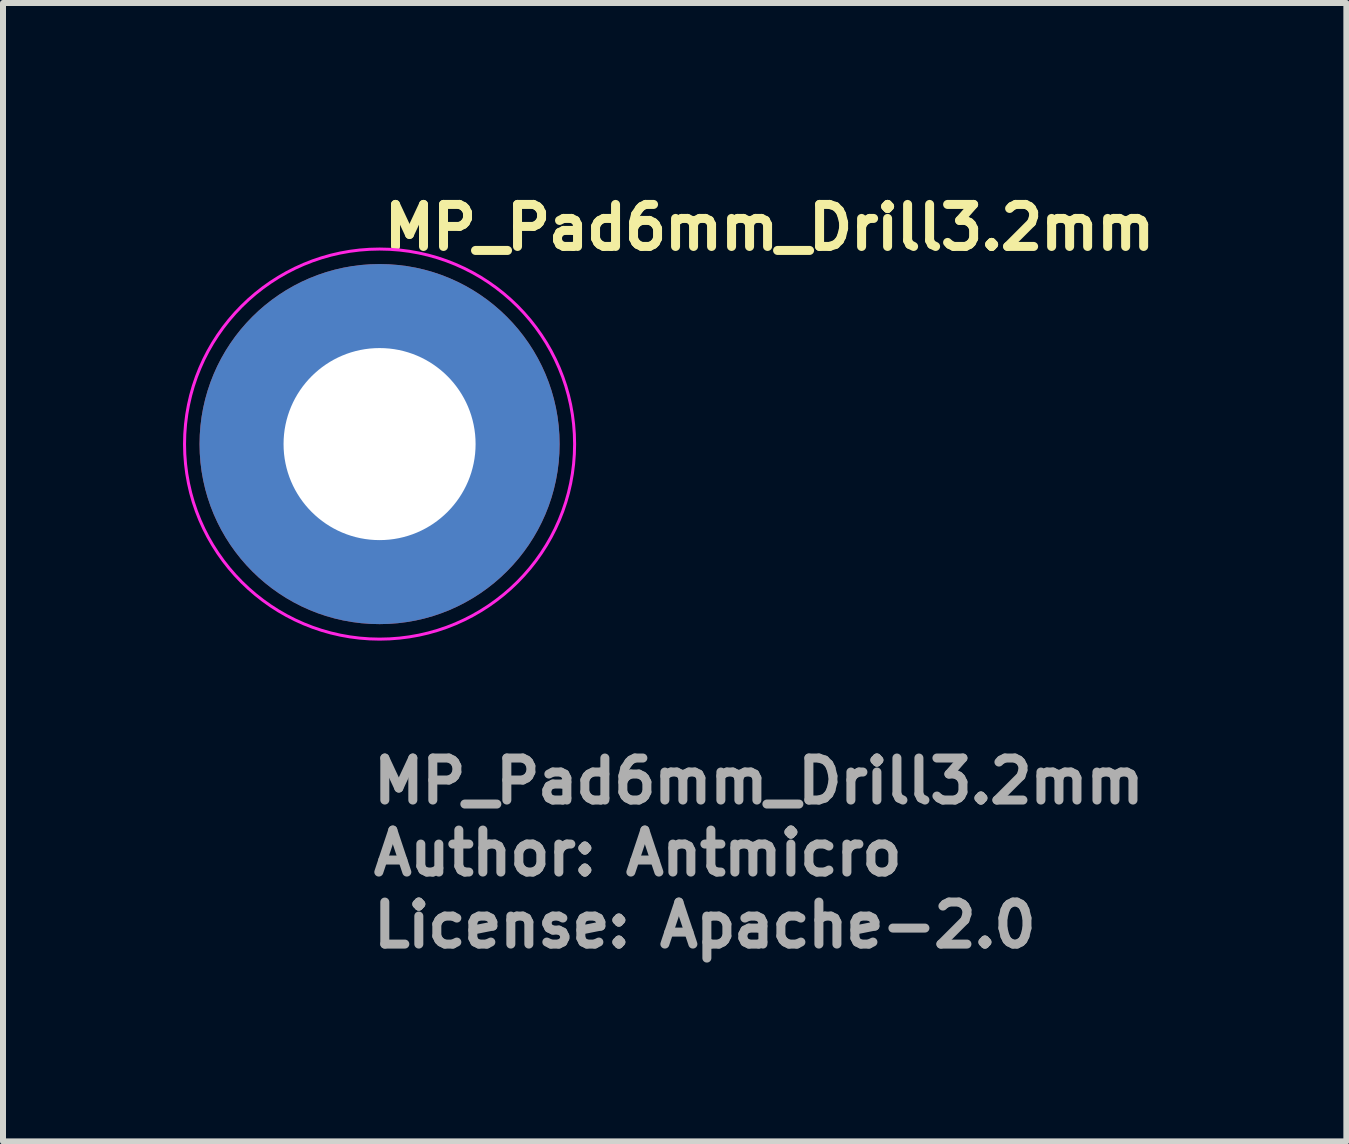
<source format=kicad_pcb>
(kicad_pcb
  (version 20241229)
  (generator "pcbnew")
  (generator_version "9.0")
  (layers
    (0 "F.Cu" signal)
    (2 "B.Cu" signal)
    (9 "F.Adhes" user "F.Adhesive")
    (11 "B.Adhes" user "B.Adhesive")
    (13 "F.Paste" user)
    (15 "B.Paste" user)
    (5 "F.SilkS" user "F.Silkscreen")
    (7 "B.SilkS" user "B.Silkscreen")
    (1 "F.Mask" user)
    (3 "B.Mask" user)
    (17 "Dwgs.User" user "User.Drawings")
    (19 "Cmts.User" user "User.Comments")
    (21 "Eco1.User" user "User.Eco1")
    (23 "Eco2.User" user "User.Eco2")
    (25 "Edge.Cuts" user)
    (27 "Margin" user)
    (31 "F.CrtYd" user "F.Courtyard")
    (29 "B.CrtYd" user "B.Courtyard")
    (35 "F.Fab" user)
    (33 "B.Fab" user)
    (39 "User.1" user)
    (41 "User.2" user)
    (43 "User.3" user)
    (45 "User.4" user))
  (footprint "MP_Pad6mm_Drill3.2mm"
    (layer "F.Cu")
    (at 3.275 4.35)
    (property "Reference" "MP_Pad6mm_Drill3.2mm" (at 0 -3.2 0) (layer "F.SilkS") (effects (font (size 0.7 0.7) (thickness 0.15)) (justify left bottom)))
    (attr exclude_from_pos_files exclude_from_bom)
    (fp_circle (center 0 0) (end 3.25 0) (stroke (width 0.05) (type default)) (fill no) (layer "F.CrtYd"))
    (fp_text user "License: Apache-2.0" (at -0.178 8.425 0) (layer "F.Fab") (effects (font (size 0.7 0.7) (thickness 0.15)) (justify left bottom)))
    (fp_text user "${REFERENCE}" (at -0.178 6.025 0) (layer "F.Fab") (effects (font (size 0.7 0.7) (thickness 0.15)) (justify left bottom)))
    (fp_text user "Author: Antmicro" (at -0.178 7.225 0) (layer "F.Fab") (effects (font (size 0.7 0.7) (thickness 0.15)) (justify left bottom)))
    (pad "1" thru_hole circle (at 0 0) (size 6 6) (drill 3.2) (layers "*.Cu" "*.Mask")))
  (gr_rect
    (start -3 -3)
    (end 19.385 15.97)
    (stroke (width 0.1) (type default))
    (fill no)
    (layer "Edge.Cuts")))
</source>
